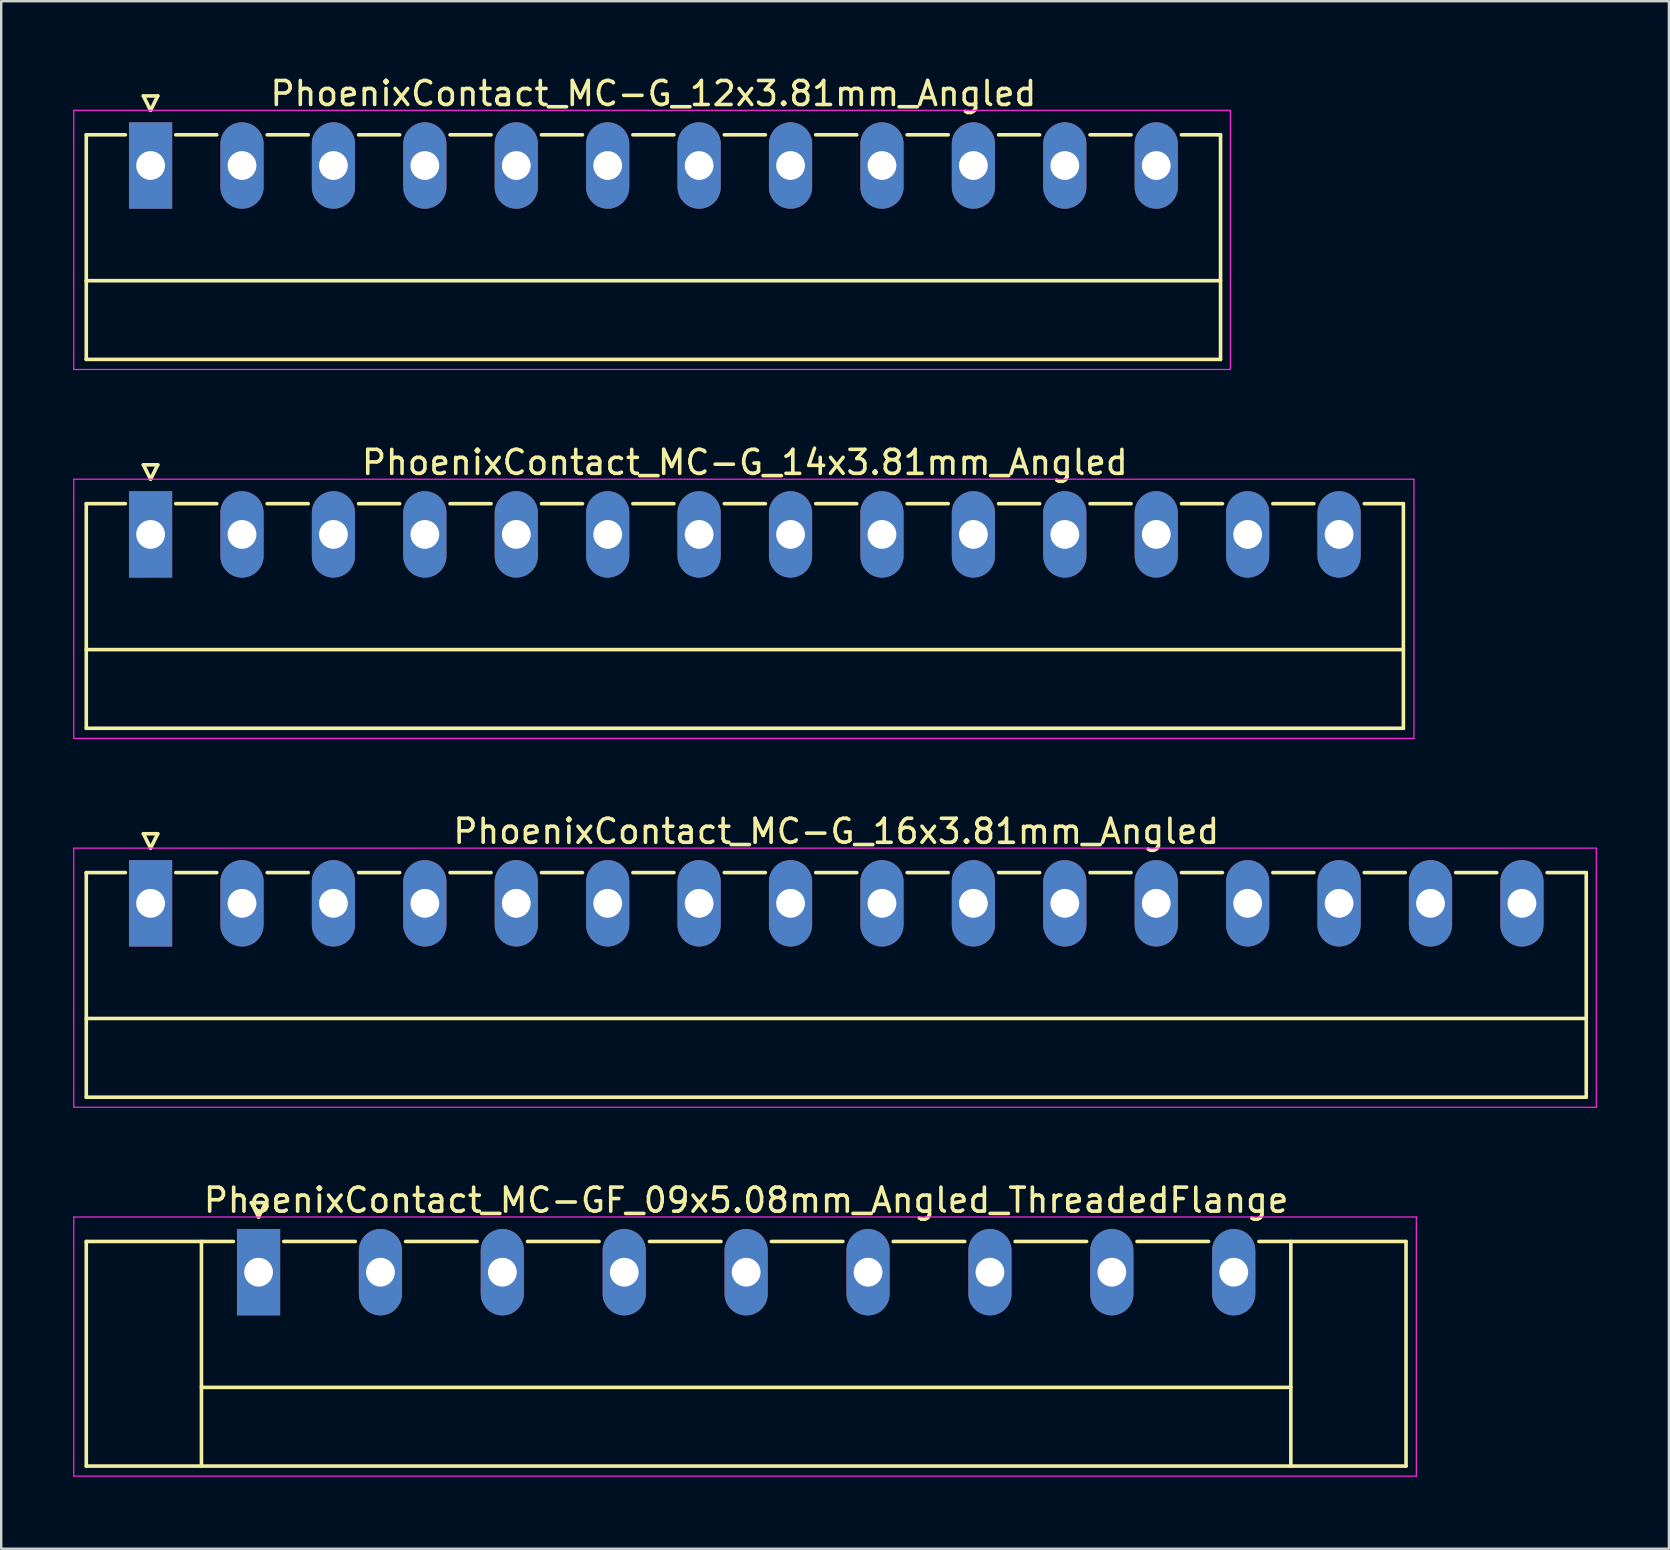
<source format=kicad_pcb>
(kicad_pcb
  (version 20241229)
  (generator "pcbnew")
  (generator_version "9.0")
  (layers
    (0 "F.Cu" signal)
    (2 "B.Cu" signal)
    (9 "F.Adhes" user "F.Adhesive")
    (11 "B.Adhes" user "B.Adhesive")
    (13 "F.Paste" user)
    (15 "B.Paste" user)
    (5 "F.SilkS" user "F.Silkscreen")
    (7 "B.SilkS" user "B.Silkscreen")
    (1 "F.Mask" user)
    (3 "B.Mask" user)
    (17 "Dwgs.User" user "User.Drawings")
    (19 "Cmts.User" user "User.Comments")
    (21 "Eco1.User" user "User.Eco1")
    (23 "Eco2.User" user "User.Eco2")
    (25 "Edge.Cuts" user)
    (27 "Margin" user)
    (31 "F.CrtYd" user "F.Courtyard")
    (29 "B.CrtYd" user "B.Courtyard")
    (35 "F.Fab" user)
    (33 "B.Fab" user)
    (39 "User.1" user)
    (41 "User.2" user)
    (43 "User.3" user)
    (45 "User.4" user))
  (footprint "PhoenixContact_MC-G_12x3.81mm_Angled"
    (layer "F.Cu")
    (at 3.225 3.848)
    (property "Reference" "PhoenixContact_MC-G_12x3.81mm_Angled" (at 20.955 -3 0) (layer "F.SilkS") (effects (font (size 1 1) (thickness 0.15))))
    (attr through_hole)
    (fp_line (start -2.68 -1.28) (end -2.68 8.08) (stroke (width 0.15) (type solid)) (layer "F.SilkS"))
    (fp_line (start -2.68 -1.28) (end -1.05 -1.28) (stroke (width 0.15) (type solid)) (layer "F.SilkS"))
    (fp_line (start -2.68 4.8) (end 44.59 4.8) (stroke (width 0.15) (type solid)) (layer "F.SilkS"))
    (fp_line (start -2.68 8.08) (end 44.59 8.08) (stroke (width 0.15) (type solid)) (layer "F.SilkS"))
    (fp_line (start -0.3 -2.9) (end 0 -2.3) (stroke (width 0.15) (type solid)) (layer "F.SilkS"))
    (fp_line (start 0 -2.3) (end 0.3 -2.9) (stroke (width 0.15) (type solid)) (layer "F.SilkS"))
    (fp_line (start 0.3 -2.9) (end -0.3 -2.9) (stroke (width 0.15) (type solid)) (layer "F.SilkS"))
    (fp_line (start 1.05 -1.28) (end 2.76 -1.28) (stroke (width 0.15) (type solid)) (layer "F.SilkS"))
    (fp_line (start 4.86 -1.28) (end 6.57 -1.28) (stroke (width 0.15) (type solid)) (layer "F.SilkS"))
    (fp_line (start 8.67 -1.28) (end 10.38 -1.28) (stroke (width 0.15) (type solid)) (layer "F.SilkS"))
    (fp_line (start 12.48 -1.28) (end 14.19 -1.28) (stroke (width 0.15) (type solid)) (layer "F.SilkS"))
    (fp_line (start 16.29 -1.28) (end 18 -1.28) (stroke (width 0.15) (type solid)) (layer "F.SilkS"))
    (fp_line (start 20.1 -1.28) (end 21.81 -1.28) (stroke (width 0.15) (type solid)) (layer "F.SilkS"))
    (fp_line (start 23.91 -1.28) (end 25.62 -1.28) (stroke (width 0.15) (type solid)) (layer "F.SilkS"))
    (fp_line (start 27.72 -1.28) (end 29.43 -1.28) (stroke (width 0.15) (type solid)) (layer "F.SilkS"))
    (fp_line (start 31.53 -1.28) (end 33.24 -1.28) (stroke (width 0.15) (type solid)) (layer "F.SilkS"))
    (fp_line (start 35.34 -1.28) (end 37.05 -1.28) (stroke (width 0.15) (type solid)) (layer "F.SilkS"))
    (fp_line (start 39.15 -1.28) (end 40.86 -1.28) (stroke (width 0.15) (type solid)) (layer "F.SilkS"))
    (fp_line (start 44.59 -1.28) (end 42.96 -1.28) (stroke (width 0.15) (type solid)) (layer "F.SilkS"))
    (fp_line (start 44.59 8.08) (end 44.59 -1.28) (stroke (width 0.15) (type solid)) (layer "F.SilkS"))
    (fp_line (start -3.2 -2.3) (end -3.2 8.5) (stroke (width 0.05) (type solid)) (layer "F.CrtYd"))
    (fp_line (start -3.2 8.5) (end 45 8.5) (stroke (width 0.05) (type solid)) (layer "F.CrtYd"))
    (fp_line (start 45 -2.3) (end -3.2 -2.3) (stroke (width 0.05) (type solid)) (layer "F.CrtYd"))
    (fp_line (start 45 8.5) (end 45 -2.3) (stroke (width 0.05) (type solid)) (layer "F.CrtYd"))
    (pad "1" thru_hole rect (at 0 0) (size 1.8 3.6) (drill 1.2) (layers "*.Cu" "*.Mask"))
    (pad "2" thru_hole oval (at 3.81 0) (size 1.8 3.6) (drill 1.2) (layers "*.Cu" "*.Mask"))
    (pad "3" thru_hole oval (at 7.62 0) (size 1.8 3.6) (drill 1.2) (layers "*.Cu" "*.Mask"))
    (pad "4" thru_hole oval (at 11.43 0) (size 1.8 3.6) (drill 1.2) (layers "*.Cu" "*.Mask"))
    (pad "5" thru_hole oval (at 15.24 0) (size 1.8 3.6) (drill 1.2) (layers "*.Cu" "*.Mask"))
    (pad "6" thru_hole oval (at 19.05 0) (size 1.8 3.6) (drill 1.2) (layers "*.Cu" "*.Mask"))
    (pad "7" thru_hole oval (at 22.86 0) (size 1.8 3.6) (drill 1.2) (layers "*.Cu" "*.Mask"))
    (pad "8" thru_hole oval (at 26.67 0) (size 1.8 3.6) (drill 1.2) (layers "*.Cu" "*.Mask"))
    (pad "9" thru_hole oval (at 30.48 0) (size 1.8 3.6) (drill 1.2) (layers "*.Cu" "*.Mask"))
    (pad "10" thru_hole oval (at 34.29 0) (size 1.8 3.6) (drill 1.2) (layers "*.Cu" "*.Mask"))
    (pad "11" thru_hole oval (at 38.1 0) (size 1.8 3.6) (drill 1.2) (layers "*.Cu" "*.Mask"))
    (pad "12" thru_hole oval (at 41.91 0) (size 1.8 3.6) (drill 1.2) (layers "*.Cu" "*.Mask")))
  (footprint "PhoenixContact_MC-G_16x3.81mm_Angled"
    (layer "F.Cu")
    (at 3.225 34.595)
    (property "Reference" "PhoenixContact_MC-G_16x3.81mm_Angled" (at 28.575 -3 0) (layer "F.SilkS") (effects (font (size 1 1) (thickness 0.15))))
    (attr through_hole)
    (fp_line (start -2.68 -1.28) (end -2.68 8.08) (stroke (width 0.15) (type solid)) (layer "F.SilkS"))
    (fp_line (start -2.68 -1.28) (end -1.05 -1.28) (stroke (width 0.15) (type solid)) (layer "F.SilkS"))
    (fp_line (start -2.68 4.8) (end 59.83 4.8) (stroke (width 0.15) (type solid)) (layer "F.SilkS"))
    (fp_line (start -2.68 8.08) (end 59.83 8.08) (stroke (width 0.15) (type solid)) (layer "F.SilkS"))
    (fp_line (start -0.3 -2.9) (end 0 -2.3) (stroke (width 0.15) (type solid)) (layer "F.SilkS"))
    (fp_line (start 0 -2.3) (end 0.3 -2.9) (stroke (width 0.15) (type solid)) (layer "F.SilkS"))
    (fp_line (start 0.3 -2.9) (end -0.3 -2.9) (stroke (width 0.15) (type solid)) (layer "F.SilkS"))
    (fp_line (start 1.05 -1.28) (end 2.76 -1.28) (stroke (width 0.15) (type solid)) (layer "F.SilkS"))
    (fp_line (start 4.86 -1.28) (end 6.57 -1.28) (stroke (width 0.15) (type solid)) (layer "F.SilkS"))
    (fp_line (start 8.67 -1.28) (end 10.38 -1.28) (stroke (width 0.15) (type solid)) (layer "F.SilkS"))
    (fp_line (start 12.48 -1.28) (end 14.19 -1.28) (stroke (width 0.15) (type solid)) (layer "F.SilkS"))
    (fp_line (start 16.29 -1.28) (end 18 -1.28) (stroke (width 0.15) (type solid)) (layer "F.SilkS"))
    (fp_line (start 20.1 -1.28) (end 21.81 -1.28) (stroke (width 0.15) (type solid)) (layer "F.SilkS"))
    (fp_line (start 23.91 -1.28) (end 25.62 -1.28) (stroke (width 0.15) (type solid)) (layer "F.SilkS"))
    (fp_line (start 27.72 -1.28) (end 29.43 -1.28) (stroke (width 0.15) (type solid)) (layer "F.SilkS"))
    (fp_line (start 31.53 -1.28) (end 33.24 -1.28) (stroke (width 0.15) (type solid)) (layer "F.SilkS"))
    (fp_line (start 35.34 -1.28) (end 37.05 -1.28) (stroke (width 0.15) (type solid)) (layer "F.SilkS"))
    (fp_line (start 39.15 -1.28) (end 40.86 -1.28) (stroke (width 0.15) (type solid)) (layer "F.SilkS"))
    (fp_line (start 42.96 -1.28) (end 44.67 -1.28) (stroke (width 0.15) (type solid)) (layer "F.SilkS"))
    (fp_line (start 46.77 -1.28) (end 48.48 -1.28) (stroke (width 0.15) (type solid)) (layer "F.SilkS"))
    (fp_line (start 50.58 -1.28) (end 52.29 -1.28) (stroke (width 0.15) (type solid)) (layer "F.SilkS"))
    (fp_line (start 54.39 -1.28) (end 56.1 -1.28) (stroke (width 0.15) (type solid)) (layer "F.SilkS"))
    (fp_line (start 59.83 -1.28) (end 58.2 -1.28) (stroke (width 0.15) (type solid)) (layer "F.SilkS"))
    (fp_line (start 59.83 8.08) (end 59.83 -1.28) (stroke (width 0.15) (type solid)) (layer "F.SilkS"))
    (fp_line (start -3.2 -2.3) (end -3.2 8.5) (stroke (width 0.05) (type solid)) (layer "F.CrtYd"))
    (fp_line (start -3.2 8.5) (end 60.25 8.5) (stroke (width 0.05) (type solid)) (layer "F.CrtYd"))
    (fp_line (start 60.25 -2.3) (end -3.2 -2.3) (stroke (width 0.05) (type solid)) (layer "F.CrtYd"))
    (fp_line (start 60.25 8.5) (end 60.25 -2.3) (stroke (width 0.05) (type solid)) (layer "F.CrtYd"))
    (pad "1" thru_hole rect (at 0 0) (size 1.8 3.6) (drill 1.2) (layers "*.Cu" "*.Mask"))
    (pad "2" thru_hole oval (at 3.81 0) (size 1.8 3.6) (drill 1.2) (layers "*.Cu" "*.Mask"))
    (pad "3" thru_hole oval (at 7.62 0) (size 1.8 3.6) (drill 1.2) (layers "*.Cu" "*.Mask"))
    (pad "4" thru_hole oval (at 11.43 0) (size 1.8 3.6) (drill 1.2) (layers "*.Cu" "*.Mask"))
    (pad "5" thru_hole oval (at 15.24 0) (size 1.8 3.6) (drill 1.2) (layers "*.Cu" "*.Mask"))
    (pad "6" thru_hole oval (at 19.05 0) (size 1.8 3.6) (drill 1.2) (layers "*.Cu" "*.Mask"))
    (pad "7" thru_hole oval (at 22.86 0) (size 1.8 3.6) (drill 1.2) (layers "*.Cu" "*.Mask"))
    (pad "8" thru_hole oval (at 26.67 0) (size 1.8 3.6) (drill 1.2) (layers "*.Cu" "*.Mask"))
    (pad "9" thru_hole oval (at 30.48 0) (size 1.8 3.6) (drill 1.2) (layers "*.Cu" "*.Mask"))
    (pad "10" thru_hole oval (at 34.29 0) (size 1.8 3.6) (drill 1.2) (layers "*.Cu" "*.Mask"))
    (pad "11" thru_hole oval (at 38.1 0) (size 1.8 3.6) (drill 1.2) (layers "*.Cu" "*.Mask"))
    (pad "12" thru_hole oval (at 41.91 0) (size 1.8 3.6) (drill 1.2) (layers "*.Cu" "*.Mask"))
    (pad "13" thru_hole oval (at 45.72 0) (size 1.8 3.6) (drill 1.2) (layers "*.Cu" "*.Mask"))
    (pad "14" thru_hole oval (at 49.53 0) (size 1.8 3.6) (drill 1.2) (layers "*.Cu" "*.Mask"))
    (pad "15" thru_hole oval (at 53.34 0) (size 1.8 3.6) (drill 1.2) (layers "*.Cu" "*.Mask"))
    (pad "16" thru_hole oval (at 57.15 0) (size 1.8 3.6) (drill 1.2) (layers "*.Cu" "*.Mask")))
  (footprint "PhoenixContact_MC-G_14x3.81mm_Angled"
    (layer "F.Cu")
    (at 3.225 19.221)
    (property "Reference" "PhoenixContact_MC-G_14x3.81mm_Angled" (at 24.765 -3 0) (layer "F.SilkS") (effects (font (size 1 1) (thickness 0.15))))
    (attr through_hole)
    (fp_line (start -2.68 -1.28) (end -2.68 8.08) (stroke (width 0.15) (type solid)) (layer "F.SilkS"))
    (fp_line (start -2.68 -1.28) (end -1.05 -1.28) (stroke (width 0.15) (type solid)) (layer "F.SilkS"))
    (fp_line (start -2.68 4.8) (end 52.21 4.8) (stroke (width 0.15) (type solid)) (layer "F.SilkS"))
    (fp_line (start -2.68 8.08) (end 52.21 8.08) (stroke (width 0.15) (type solid)) (layer "F.SilkS"))
    (fp_line (start -0.3 -2.9) (end 0 -2.3) (stroke (width 0.15) (type solid)) (layer "F.SilkS"))
    (fp_line (start 0 -2.3) (end 0.3 -2.9) (stroke (width 0.15) (type solid)) (layer "F.SilkS"))
    (fp_line (start 0.3 -2.9) (end -0.3 -2.9) (stroke (width 0.15) (type solid)) (layer "F.SilkS"))
    (fp_line (start 1.05 -1.28) (end 2.76 -1.28) (stroke (width 0.15) (type solid)) (layer "F.SilkS"))
    (fp_line (start 4.86 -1.28) (end 6.57 -1.28) (stroke (width 0.15) (type solid)) (layer "F.SilkS"))
    (fp_line (start 8.67 -1.28) (end 10.38 -1.28) (stroke (width 0.15) (type solid)) (layer "F.SilkS"))
    (fp_line (start 12.48 -1.28) (end 14.19 -1.28) (stroke (width 0.15) (type solid)) (layer "F.SilkS"))
    (fp_line (start 16.29 -1.28) (end 18 -1.28) (stroke (width 0.15) (type solid)) (layer "F.SilkS"))
    (fp_line (start 20.1 -1.28) (end 21.81 -1.28) (stroke (width 0.15) (type solid)) (layer "F.SilkS"))
    (fp_line (start 23.91 -1.28) (end 25.62 -1.28) (stroke (width 0.15) (type solid)) (layer "F.SilkS"))
    (fp_line (start 27.72 -1.28) (end 29.43 -1.28) (stroke (width 0.15) (type solid)) (layer "F.SilkS"))
    (fp_line (start 31.53 -1.28) (end 33.24 -1.28) (stroke (width 0.15) (type solid)) (layer "F.SilkS"))
    (fp_line (start 35.34 -1.28) (end 37.05 -1.28) (stroke (width 0.15) (type solid)) (layer "F.SilkS"))
    (fp_line (start 39.15 -1.28) (end 40.86 -1.28) (stroke (width 0.15) (type solid)) (layer "F.SilkS"))
    (fp_line (start 42.96 -1.28) (end 44.67 -1.28) (stroke (width 0.15) (type solid)) (layer "F.SilkS"))
    (fp_line (start 46.77 -1.28) (end 48.48 -1.28) (stroke (width 0.15) (type solid)) (layer "F.SilkS"))
    (fp_line (start 52.21 -1.28) (end 50.58 -1.28) (stroke (width 0.15) (type solid)) (layer "F.SilkS"))
    (fp_line (start 52.21 8.08) (end 52.21 -1.28) (stroke (width 0.15) (type solid)) (layer "F.SilkS"))
    (fp_line (start -3.2 -2.3) (end -3.2 8.5) (stroke (width 0.05) (type solid)) (layer "F.CrtYd"))
    (fp_line (start -3.2 8.5) (end 52.65 8.5) (stroke (width 0.05) (type solid)) (layer "F.CrtYd"))
    (fp_line (start 52.65 -2.3) (end -3.2 -2.3) (stroke (width 0.05) (type solid)) (layer "F.CrtYd"))
    (fp_line (start 52.65 8.5) (end 52.65 -2.3) (stroke (width 0.05) (type solid)) (layer "F.CrtYd"))
    (pad "1" thru_hole rect (at 0 0) (size 1.8 3.6) (drill 1.2) (layers "*.Cu" "*.Mask"))
    (pad "2" thru_hole oval (at 3.81 0) (size 1.8 3.6) (drill 1.2) (layers "*.Cu" "*.Mask"))
    (pad "3" thru_hole oval (at 7.62 0) (size 1.8 3.6) (drill 1.2) (layers "*.Cu" "*.Mask"))
    (pad "4" thru_hole oval (at 11.43 0) (size 1.8 3.6) (drill 1.2) (layers "*.Cu" "*.Mask"))
    (pad "5" thru_hole oval (at 15.24 0) (size 1.8 3.6) (drill 1.2) (layers "*.Cu" "*.Mask"))
    (pad "6" thru_hole oval (at 19.05 0) (size 1.8 3.6) (drill 1.2) (layers "*.Cu" "*.Mask"))
    (pad "7" thru_hole oval (at 22.86 0) (size 1.8 3.6) (drill 1.2) (layers "*.Cu" "*.Mask"))
    (pad "8" thru_hole oval (at 26.67 0) (size 1.8 3.6) (drill 1.2) (layers "*.Cu" "*.Mask"))
    (pad "9" thru_hole oval (at 30.48 0) (size 1.8 3.6) (drill 1.2) (layers "*.Cu" "*.Mask"))
    (pad "10" thru_hole oval (at 34.29 0) (size 1.8 3.6) (drill 1.2) (layers "*.Cu" "*.Mask"))
    (pad "11" thru_hole oval (at 38.1 0) (size 1.8 3.6) (drill 1.2) (layers "*.Cu" "*.Mask"))
    (pad "12" thru_hole oval (at 41.91 0) (size 1.8 3.6) (drill 1.2) (layers "*.Cu" "*.Mask"))
    (pad "13" thru_hole oval (at 45.72 0) (size 1.8 3.6) (drill 1.2) (layers "*.Cu" "*.Mask"))
    (pad "14" thru_hole oval (at 49.53 0) (size 1.8 3.6) (drill 1.2) (layers "*.Cu" "*.Mask")))
  (footprint "PhoenixContact_MC-GF_09x5.08mm_Angled_ThreadedFlange"
    (layer "F.Cu")
    (at 7.725 49.968)
    (property "Reference" "PhoenixContact_MC-GF_09x5.08mm_Angled_ThreadedFlange" (at 20.32 -3 0) (layer "F.SilkS") (effects (font (size 1 1) (thickness 0.15))))
    (attr through_hole)
    (fp_line (start -7.18 -1.28) (end -7.18 8.08) (stroke (width 0.15) (type solid)) (layer "F.SilkS"))
    (fp_line (start -7.18 -1.28) (end -1.05 -1.28) (stroke (width 0.15) (type solid)) (layer "F.SilkS"))
    (fp_line (start -7.18 8.08) (end 47.82 8.08) (stroke (width 0.15) (type solid)) (layer "F.SilkS"))
    (fp_line (start -2.38 -1.28) (end -2.38 8.08) (stroke (width 0.15) (type solid)) (layer "F.SilkS"))
    (fp_line (start -2.38 4.8) (end 43.02 4.8) (stroke (width 0.15) (type solid)) (layer "F.SilkS"))
    (fp_line (start -0.3 -2.9) (end 0 -2.3) (stroke (width 0.15) (type solid)) (layer "F.SilkS"))
    (fp_line (start 0 -2.3) (end 0.3 -2.9) (stroke (width 0.15) (type solid)) (layer "F.SilkS"))
    (fp_line (start 0.3 -2.9) (end -0.3 -2.9) (stroke (width 0.15) (type solid)) (layer "F.SilkS"))
    (fp_line (start 1.05 -1.28) (end 4.03 -1.28) (stroke (width 0.15) (type solid)) (layer "F.SilkS"))
    (fp_line (start 6.13 -1.28) (end 9.11 -1.28) (stroke (width 0.15) (type solid)) (layer "F.SilkS"))
    (fp_line (start 11.21 -1.28) (end 14.19 -1.28) (stroke (width 0.15) (type solid)) (layer "F.SilkS"))
    (fp_line (start 16.29 -1.28) (end 19.27 -1.28) (stroke (width 0.15) (type solid)) (layer "F.SilkS"))
    (fp_line (start 21.37 -1.28) (end 24.35 -1.28) (stroke (width 0.15) (type solid)) (layer "F.SilkS"))
    (fp_line (start 26.45 -1.28) (end 29.43 -1.28) (stroke (width 0.15) (type solid)) (layer "F.SilkS"))
    (fp_line (start 31.53 -1.28) (end 34.51 -1.28) (stroke (width 0.15) (type solid)) (layer "F.SilkS"))
    (fp_line (start 36.61 -1.28) (end 39.59 -1.28) (stroke (width 0.15) (type solid)) (layer "F.SilkS"))
    (fp_line (start 43.02 -1.28) (end 43.02 8.08) (stroke (width 0.15) (type solid)) (layer "F.SilkS"))
    (fp_line (start 47.82 -1.28) (end 41.69 -1.28) (stroke (width 0.15) (type solid)) (layer "F.SilkS"))
    (fp_line (start 47.82 8.08) (end 47.82 -1.28) (stroke (width 0.15) (type solid)) (layer "F.SilkS"))
    (fp_line (start -7.7 -2.3) (end -7.7 8.5) (stroke (width 0.05) (type solid)) (layer "F.CrtYd"))
    (fp_line (start -7.7 8.5) (end 48.25 8.5) (stroke (width 0.05) (type solid)) (layer "F.CrtYd"))
    (fp_line (start 48.25 -2.3) (end -7.7 -2.3) (stroke (width 0.05) (type solid)) (layer "F.CrtYd"))
    (fp_line (start 48.25 8.5) (end 48.25 -2.3) (stroke (width 0.05) (type solid)) (layer "F.CrtYd"))
    (pad "1" thru_hole rect (at 0 0) (size 1.8 3.6) (drill 1.2) (layers "*.Cu" "*.Mask"))
    (pad "2" thru_hole oval (at 5.08 0) (size 1.8 3.6) (drill 1.2) (layers "*.Cu" "*.Mask"))
    (pad "3" thru_hole oval (at 10.16 0) (size 1.8 3.6) (drill 1.2) (layers "*.Cu" "*.Mask"))
    (pad "4" thru_hole oval (at 15.24 0) (size 1.8 3.6) (drill 1.2) (layers "*.Cu" "*.Mask"))
    (pad "5" thru_hole oval (at 20.32 0) (size 1.8 3.6) (drill 1.2) (layers "*.Cu" "*.Mask"))
    (pad "6" thru_hole oval (at 25.4 0) (size 1.8 3.6) (drill 1.2) (layers "*.Cu" "*.Mask"))
    (pad "7" thru_hole oval (at 30.48 0) (size 1.8 3.6) (drill 1.2) (layers "*.Cu" "*.Mask"))
    (pad "8" thru_hole oval (at 35.56 0) (size 1.8 3.6) (drill 1.2) (layers "*.Cu" "*.Mask"))
    (pad "9" thru_hole oval (at 40.64 0) (size 1.8 3.6) (drill 1.2) (layers "*.Cu" "*.Mask")))
  (gr_rect
    (start -3 -3)
    (end 66.5 61.493)
    (stroke (width 0.1) (type default))
    (fill no)
    (layer "Edge.Cuts")))
</source>
